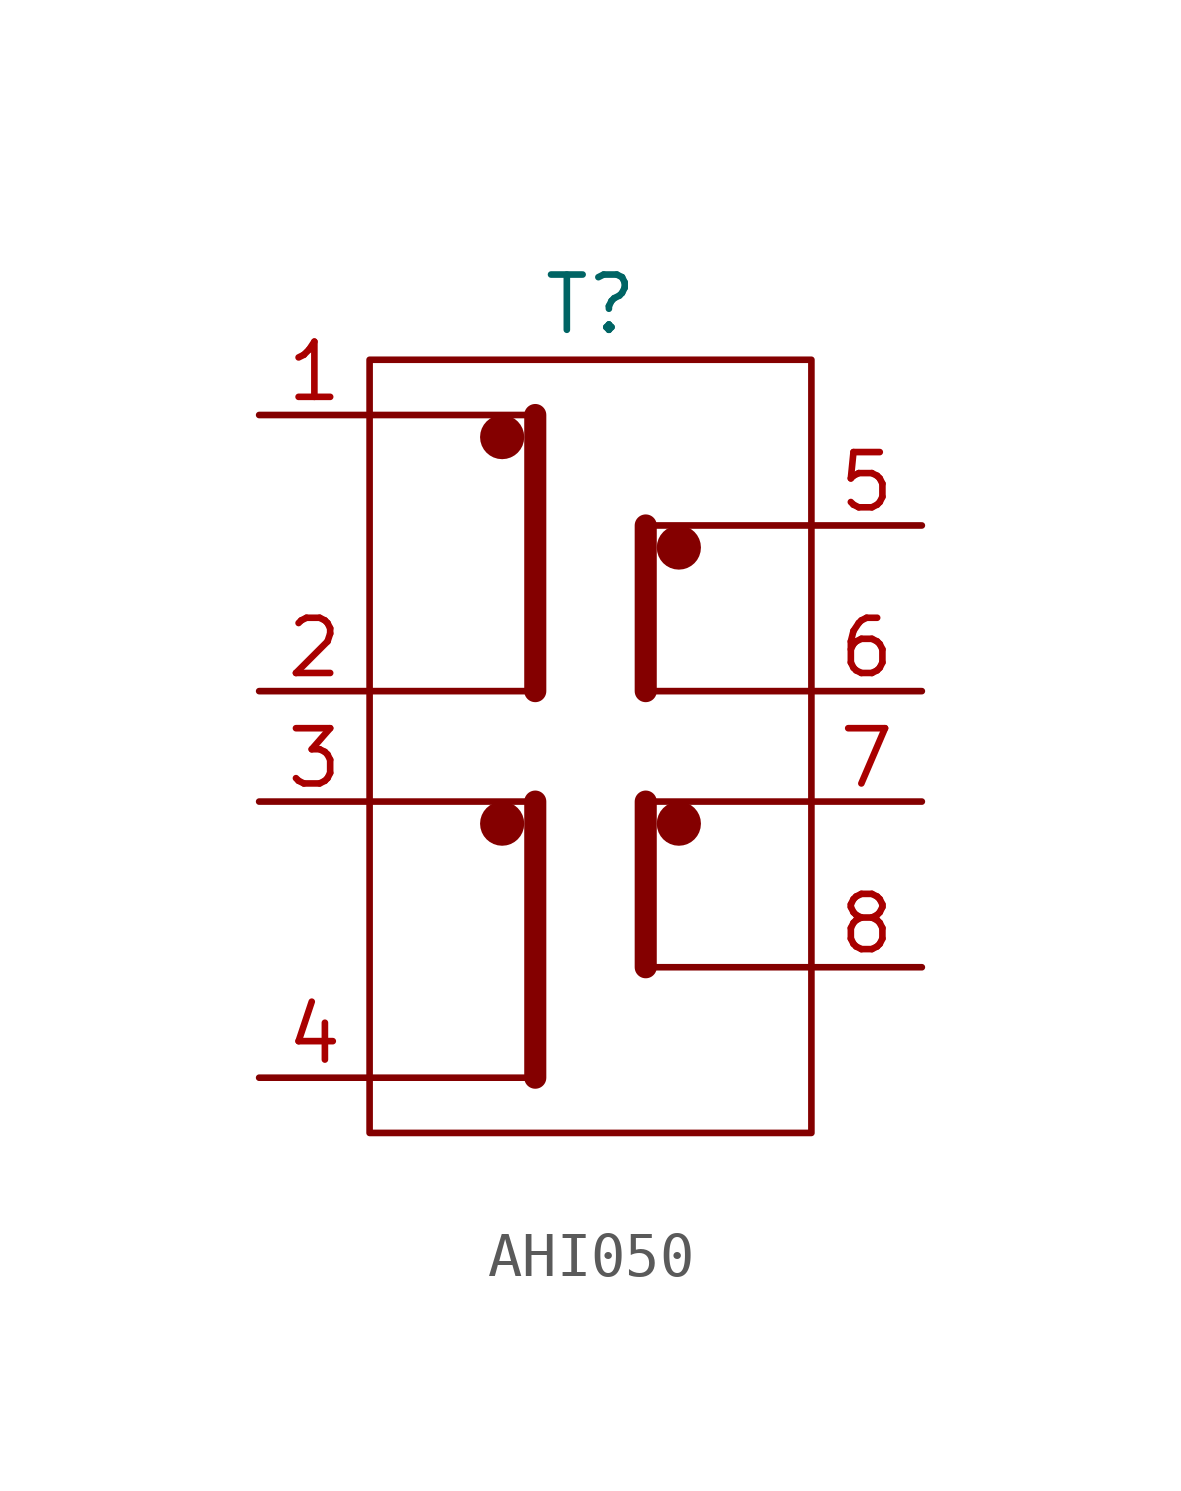
<source format=kicad_sym>
(kicad_symbol_lib
  (version 20220914)
  (generator kicad_symbol_editor)
  (symbol "AHI050"
    (pin_names
      (offset 1.016))
    (property "Reference" "T"
      (at 0 2.54 0)
      (effects (font (size 1.27 1.27))))
    (symbol "AHI050_0_1"
      (rectangle (start -5.08 -16.51) (end 5.08 1.27) (stroke (width 0) (type default)) (fill (type none)))
      (circle (center -2.032 -0.508) (radius 0.0001) (stroke (width 0.508) (type default)) (fill (type none)))
      (polyline (pts (xy -1.27 0) (xy -1.27 -6.35)) (stroke (width 0.508) (type default)) (fill (type none)))
      (polyline (pts (xy 1.27 -2.54) (xy 1.27 -6.35)) (stroke (width 0.508) (type default)) (fill (type none)))
      (polyline (pts (xy -5.08 0) (xy -1.27 0) (xy -1.27 -6.35) (xy -5.08 -6.35)) (stroke (width 0) (type default)) (fill (type none)))
      (polyline (pts (xy 5.08 -2.54) (xy 1.27 -2.54) (xy 1.27 -6.35) (xy 5.08 -6.35)) (stroke (width 0) (type default)) (fill (type none)))
      (circle (center 2.032 -3.048) (radius 0.0001) (stroke (width 0.508) (type default)) (fill (type none))))
    (symbol "AHI050_1_1"
      (circle (center -2.032 -9.398) (radius 0.0001) (stroke (width 0.508) (type default)) (fill (type none)))
      (polyline (pts (xy -1.27 -8.89) (xy -1.27 -15.24)) (stroke (width 0.508) (type default)) (fill (type none)))
      (polyline (pts (xy 1.27 -8.89) (xy 1.27 -12.7)) (stroke (width 0.508) (type default)) (fill (type none)))
      (polyline (pts (xy -5.08 -8.89) (xy -1.27 -8.89) (xy -1.27 -15.24) (xy -5.08 -15.24)) (stroke (width 0) (type default)) (fill (type none)))
      (polyline (pts (xy 5.08 -8.89) (xy 1.27 -8.89) (xy 1.27 -12.7) (xy 5.08 -12.7)) (stroke (width 0) (type default)) (fill (type none)))
      (circle (center 2.032 -9.398) (radius 0.0001) (stroke (width 0.508) (type default)) (fill (type none)))
      (pin power_in line (at -7.62 0 0) (length 2.54) (name "~" (effects (font (size 1.27 1.27)))) (number "1" (effects (font (size 1.27 1.27)))))
      (pin power_in line (at -7.62 -6.35 0) (length 2.54) (name "~" (effects (font (size 1.27 1.27)))) (number "2" (effects (font (size 1.27 1.27)))))
      (pin power_in line (at -7.62 -8.89 0) (length 2.54) (name "~" (effects (font (size 1.27 1.27)))) (number "3" (effects (font (size 1.27 1.27)))))
      (pin power_in line (at -7.62 -15.24 0) (length 2.54) (name "~" (effects (font (size 1.27 1.27)))) (number "4" (effects (font (size 1.27 1.27)))))
      (pin power_out line (at 7.62 -2.54 180) (length 2.54) (name "~" (effects (font (size 1.27 1.27)))) (number "5" (effects (font (size 1.27 1.27)))))
      (pin power_out line (at 7.62 -6.35 180) (length 2.54) (name "~" (effects (font (size 1.27 1.27)))) (number "6" (effects (font (size 1.27 1.27)))))
      (pin power_out line (at 7.62 -8.89 180) (length 2.54) (name "~" (effects (font (size 1.27 1.27)))) (number "7" (effects (font (size 1.27 1.27)))))
      (pin power_out line (at 7.62 -12.7 180) (length 2.54) (name "~" (effects (font (size 1.27 1.27)))) (number "8" (effects (font (size 1.27 1.27))))))))
</source>
